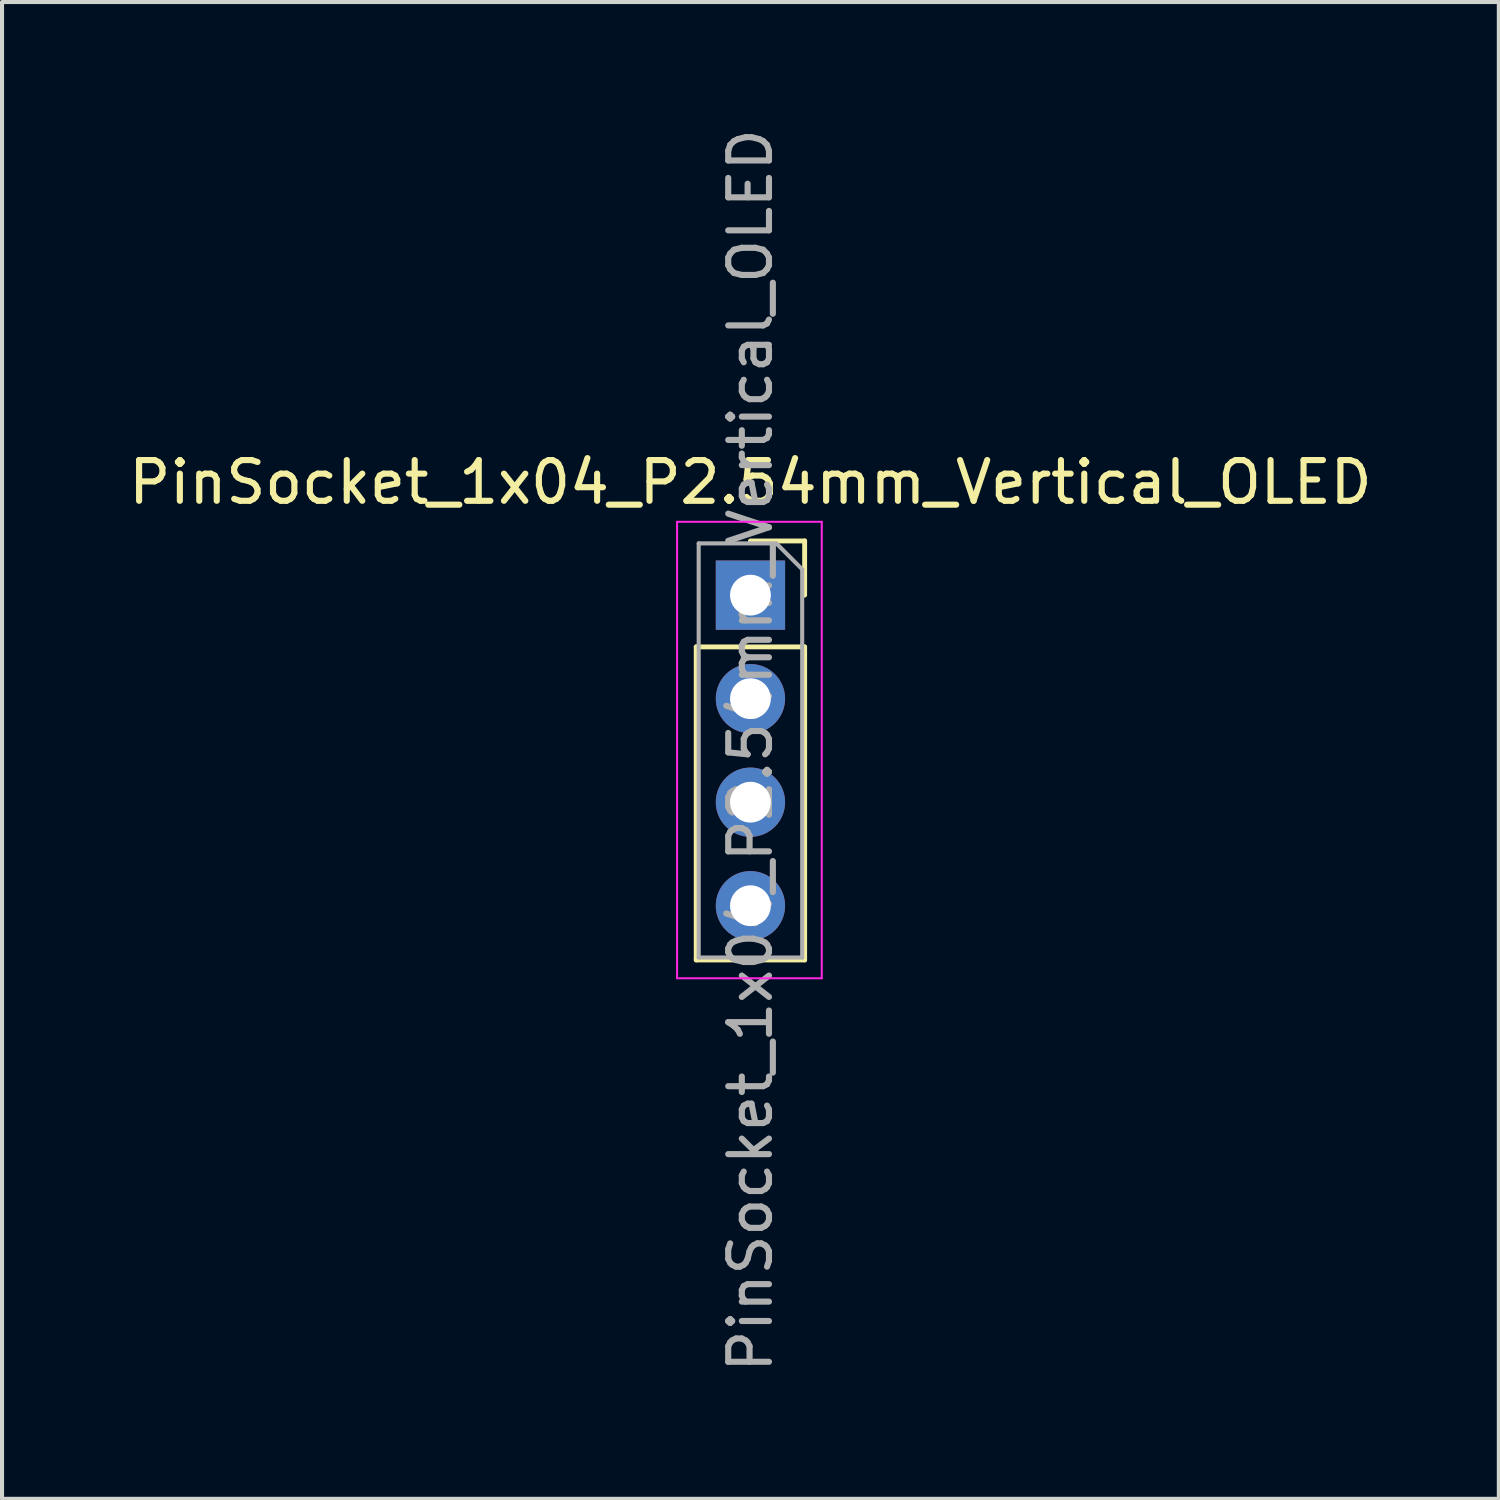
<source format=kicad_pcb>
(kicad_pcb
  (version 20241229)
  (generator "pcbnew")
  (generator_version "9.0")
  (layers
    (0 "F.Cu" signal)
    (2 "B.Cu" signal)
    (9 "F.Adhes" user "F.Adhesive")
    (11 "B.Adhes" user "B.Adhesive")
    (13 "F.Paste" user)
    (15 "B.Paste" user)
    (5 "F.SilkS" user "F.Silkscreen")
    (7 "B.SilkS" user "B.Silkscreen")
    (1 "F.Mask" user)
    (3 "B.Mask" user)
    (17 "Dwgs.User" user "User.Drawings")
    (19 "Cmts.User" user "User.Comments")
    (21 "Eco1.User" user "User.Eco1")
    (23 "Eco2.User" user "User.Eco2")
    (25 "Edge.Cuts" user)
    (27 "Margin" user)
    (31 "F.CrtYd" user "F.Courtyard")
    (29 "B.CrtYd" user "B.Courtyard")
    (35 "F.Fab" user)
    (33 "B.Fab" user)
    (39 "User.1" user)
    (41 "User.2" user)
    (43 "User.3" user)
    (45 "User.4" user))
  (footprint "PinSocket_1x04_P2.54mm_Vertical_OLED"
    (layer "F.Cu")
    (at 15.363 11.553)
    (property "Reference" "PinSocket_1x04_P2.54mm_Vertical_OLED" (at 0 -2.77 0) (layer "F.SilkS") (effects (font (size 1 1) (thickness 0.15))))
    (attr through_hole)
    (fp_line (start -1.33 1.27) (end -1.33 8.95) (stroke (width 0.12) (type solid)) (layer "F.SilkS"))
    (fp_line (start -1.33 1.27) (end 1.33 1.27) (stroke (width 0.12) (type solid)) (layer "F.SilkS"))
    (fp_line (start -1.33 8.95) (end 1.33 8.95) (stroke (width 0.12) (type solid)) (layer "F.SilkS"))
    (fp_line (start 0 -1.33) (end 1.33 -1.33) (stroke (width 0.12) (type solid)) (layer "F.SilkS"))
    (fp_line (start 1.33 -1.33) (end 1.33 0) (stroke (width 0.12) (type solid)) (layer "F.SilkS"))
    (fp_line (start 1.33 1.27) (end 1.33 8.95) (stroke (width 0.12) (type solid)) (layer "F.SilkS"))
    (fp_line (start -1.8 -1.8) (end 1.75 -1.8) (stroke (width 0.05) (type solid)) (layer "F.CrtYd"))
    (fp_line (start -1.8 9.4) (end -1.8 -1.8) (stroke (width 0.05) (type solid)) (layer "F.CrtYd"))
    (fp_line (start 1.75 -1.8) (end 1.75 9.4) (stroke (width 0.05) (type solid)) (layer "F.CrtYd"))
    (fp_line (start 1.75 9.4) (end -1.8 9.4) (stroke (width 0.05) (type solid)) (layer "F.CrtYd"))
    (fp_line (start -1.27 -1.27) (end 0.635 -1.27) (stroke (width 0.1) (type solid)) (layer "F.Fab"))
    (fp_line (start -1.27 8.89) (end -1.27 -1.27) (stroke (width 0.1) (type solid)) (layer "F.Fab"))
    (fp_line (start 0.635 -1.27) (end 1.27 -0.635) (stroke (width 0.1) (type solid)) (layer "F.Fab"))
    (fp_line (start 1.27 -0.635) (end 1.27 8.89) (stroke (width 0.1) (type solid)) (layer "F.Fab"))
    (fp_line (start 1.27 8.89) (end -1.27 8.89) (stroke (width 0.1) (type solid)) (layer "F.Fab"))
    (fp_text user "${REFERENCE}" (at 0 3.81 90) (layer "F.Fab") (effects (font (size 1 1) (thickness 0.15))))
    (pad "1" thru_hole rect (at 0 0) (size 1.7 1.7) (drill 1) (layers "*.Cu" "*.Mask"))
    (pad "2" thru_hole oval (at 0 2.54) (size 1.7 1.7) (drill 1) (layers "*.Cu" "*.Mask"))
    (pad "3" thru_hole oval (at 0 5.08) (size 1.7 1.7) (drill 1) (layers "*.Cu" "*.Mask"))
    (pad "4" thru_hole oval (at 0 7.62) (size 1.7 1.7) (drill 1) (layers "*.Cu" "*.Mask")))
  (gr_rect
    (start -3 -3)
    (end 33.726 33.726)
    (stroke (width 0.1) (type default))
    (fill no)
    (layer "Edge.Cuts")))
</source>
